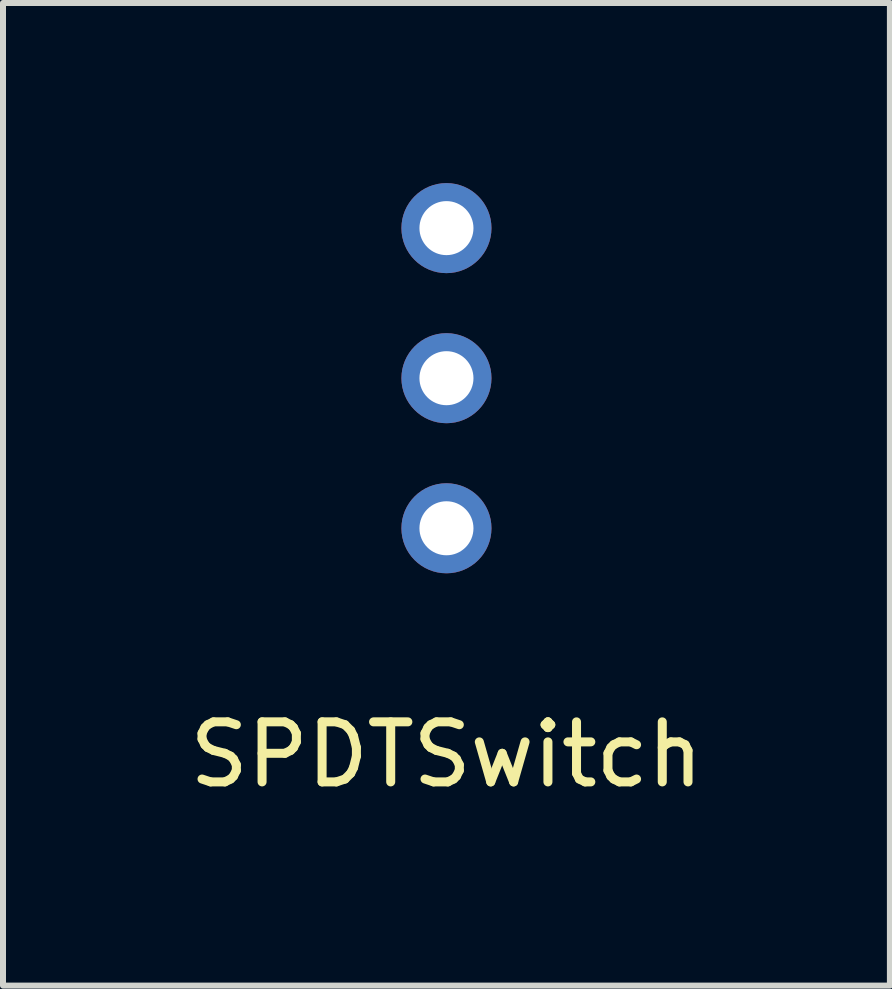
<source format=kicad_pcb>
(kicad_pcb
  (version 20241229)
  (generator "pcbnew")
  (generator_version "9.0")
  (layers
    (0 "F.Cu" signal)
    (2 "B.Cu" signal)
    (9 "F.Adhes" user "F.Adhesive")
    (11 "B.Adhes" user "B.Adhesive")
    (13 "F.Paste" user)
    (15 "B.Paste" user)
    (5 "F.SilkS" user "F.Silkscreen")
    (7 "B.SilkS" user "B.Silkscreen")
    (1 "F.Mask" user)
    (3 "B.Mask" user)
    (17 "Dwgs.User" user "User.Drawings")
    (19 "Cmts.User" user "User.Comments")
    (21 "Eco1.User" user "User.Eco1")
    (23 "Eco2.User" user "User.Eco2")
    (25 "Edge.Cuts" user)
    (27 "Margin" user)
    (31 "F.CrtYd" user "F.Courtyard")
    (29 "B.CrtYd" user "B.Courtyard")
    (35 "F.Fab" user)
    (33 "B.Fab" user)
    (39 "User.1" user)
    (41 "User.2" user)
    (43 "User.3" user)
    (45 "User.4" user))
  (footprint "SPDTSwitch"
    (layer "F.Cu")
    (at 4.387 8.25)
    (property "Reference" "SPDTSwitch" (at 0 1.27 0) (layer "F.SilkS") (effects (font (size 1 1) (thickness 0.15))))
    (attr through_hole)
    (pad "1" thru_hole circle (at 0 -2.5) (size 1.5 1.5) (drill 0.9) (layers "*.Cu" "*.Mask"))
    (pad "2" thru_hole circle (at 0 -5) (size 1.5 1.5) (drill 0.9) (layers "*.Cu" "*.Mask"))
    (pad "3" thru_hole circle (at 0 -7.5) (size 1.5 1.5) (drill 0.9) (layers "*.Cu" "*.Mask")))
  (gr_rect
    (start -3 -3)
    (end 11.774 13.368)
    (stroke (width 0.1) (type default))
    (fill no)
    (layer "Edge.Cuts")))
</source>
